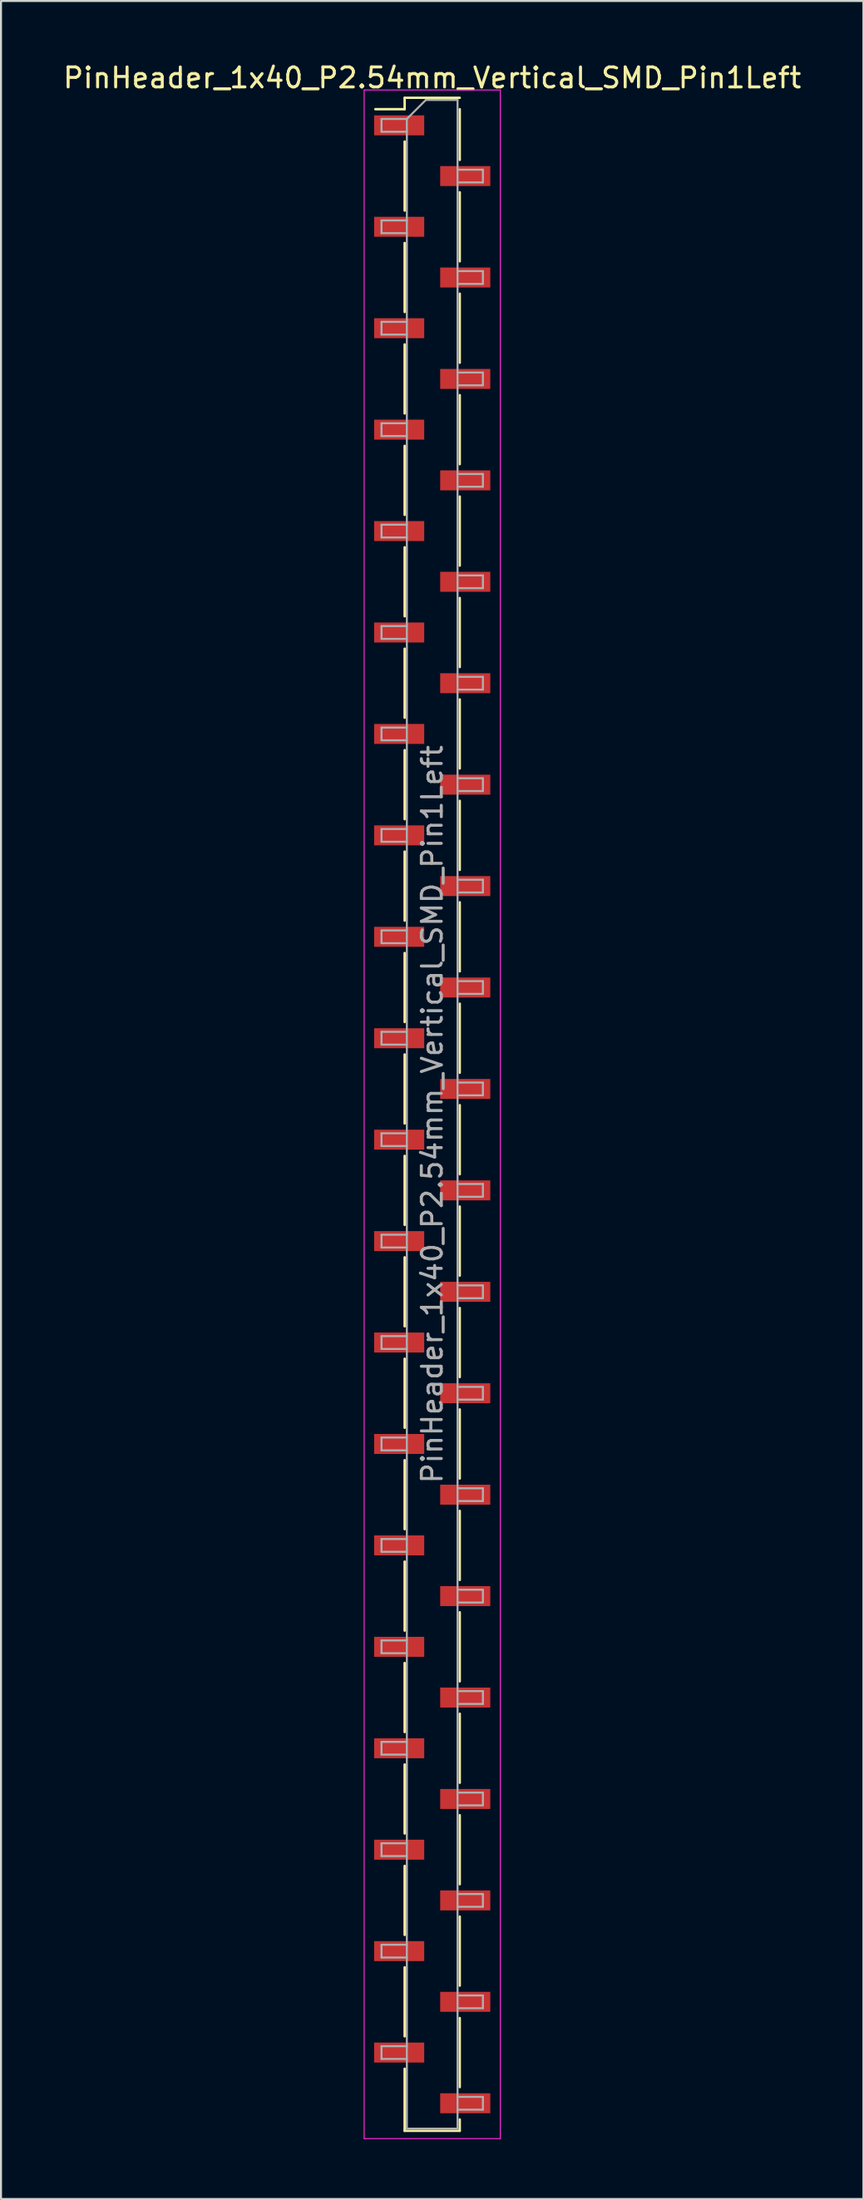
<source format=kicad_pcb>
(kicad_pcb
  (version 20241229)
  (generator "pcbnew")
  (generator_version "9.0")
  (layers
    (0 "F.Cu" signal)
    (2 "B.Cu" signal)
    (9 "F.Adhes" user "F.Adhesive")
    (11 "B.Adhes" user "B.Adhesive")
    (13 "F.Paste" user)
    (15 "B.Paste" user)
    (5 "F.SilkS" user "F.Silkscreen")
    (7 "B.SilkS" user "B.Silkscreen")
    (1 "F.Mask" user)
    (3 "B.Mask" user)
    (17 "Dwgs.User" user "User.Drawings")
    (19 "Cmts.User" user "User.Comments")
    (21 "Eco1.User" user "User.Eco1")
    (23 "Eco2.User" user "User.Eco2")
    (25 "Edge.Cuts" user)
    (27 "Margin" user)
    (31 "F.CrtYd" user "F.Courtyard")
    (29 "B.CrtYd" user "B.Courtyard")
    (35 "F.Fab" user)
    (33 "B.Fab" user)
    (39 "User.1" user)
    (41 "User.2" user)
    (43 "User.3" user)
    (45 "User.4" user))
  (footprint "PinHeader_1x40_P2.54mm_Vertical_SMD_Pin1Left"
    (layer "F.Cu")
    (at 18.601 52.758)
    (property "Reference" "PinHeader_1x40_P2.54mm_Vertical_SMD_Pin1Left" (at 0 -51.91 0) (layer "F.SilkS") (effects (font (size 1 1) (thickness 0.15))))
    (attr smd)
    (fp_line (start -1.38 -50.91) (end -1.38 -50.34) (stroke (width 0.12) (type solid)) (layer "F.SilkS"))
    (fp_line (start -1.38 -50.91) (end 1.38 -50.91) (stroke (width 0.12) (type solid)) (layer "F.SilkS"))
    (fp_line (start -1.38 -50.34) (end -2.85 -50.34) (stroke (width 0.12) (type solid)) (layer "F.SilkS"))
    (fp_line (start -1.38 -48.72) (end -1.38 -45.26) (stroke (width 0.12) (type solid)) (layer "F.SilkS"))
    (fp_line (start -1.38 -43.64) (end -1.38 -40.18) (stroke (width 0.12) (type solid)) (layer "F.SilkS"))
    (fp_line (start -1.38 -38.56) (end -1.38 -35.1) (stroke (width 0.12) (type solid)) (layer "F.SilkS"))
    (fp_line (start -1.38 -33.48) (end -1.38 -30.02) (stroke (width 0.12) (type solid)) (layer "F.SilkS"))
    (fp_line (start -1.38 -28.4) (end -1.38 -24.94) (stroke (width 0.12) (type solid)) (layer "F.SilkS"))
    (fp_line (start -1.38 -23.32) (end -1.38 -19.86) (stroke (width 0.12) (type solid)) (layer "F.SilkS"))
    (fp_line (start -1.38 -18.24) (end -1.38 -14.78) (stroke (width 0.12) (type solid)) (layer "F.SilkS"))
    (fp_line (start -1.38 -13.16) (end -1.38 -9.7) (stroke (width 0.12) (type solid)) (layer "F.SilkS"))
    (fp_line (start -1.38 -8.08) (end -1.38 -4.62) (stroke (width 0.12) (type solid)) (layer "F.SilkS"))
    (fp_line (start -1.38 -3) (end -1.38 0.46) (stroke (width 0.12) (type solid)) (layer "F.SilkS"))
    (fp_line (start -1.38 2.08) (end -1.38 5.54) (stroke (width 0.12) (type solid)) (layer "F.SilkS"))
    (fp_line (start -1.38 7.16) (end -1.38 10.62) (stroke (width 0.12) (type solid)) (layer "F.SilkS"))
    (fp_line (start -1.38 12.24) (end -1.38 15.7) (stroke (width 0.12) (type solid)) (layer "F.SilkS"))
    (fp_line (start -1.38 17.32) (end -1.38 20.78) (stroke (width 0.12) (type solid)) (layer "F.SilkS"))
    (fp_line (start -1.38 22.4) (end -1.38 25.86) (stroke (width 0.12) (type solid)) (layer "F.SilkS"))
    (fp_line (start -1.38 27.48) (end -1.38 30.94) (stroke (width 0.12) (type solid)) (layer "F.SilkS"))
    (fp_line (start -1.38 32.56) (end -1.38 36.02) (stroke (width 0.12) (type solid)) (layer "F.SilkS"))
    (fp_line (start -1.38 37.64) (end -1.38 41.1) (stroke (width 0.12) (type solid)) (layer "F.SilkS"))
    (fp_line (start -1.38 42.72) (end -1.38 46.18) (stroke (width 0.12) (type solid)) (layer "F.SilkS"))
    (fp_line (start -1.38 47.8) (end -1.38 50.91) (stroke (width 0.12) (type solid)) (layer "F.SilkS"))
    (fp_line (start -1.38 50.91) (end 1.38 50.91) (stroke (width 0.12) (type solid)) (layer "F.SilkS"))
    (fp_line (start 1.38 -50.34) (end 1.38 -47.8) (stroke (width 0.12) (type solid)) (layer "F.SilkS"))
    (fp_line (start 1.38 -46.18) (end 1.38 -42.72) (stroke (width 0.12) (type solid)) (layer "F.SilkS"))
    (fp_line (start 1.38 -41.1) (end 1.38 -37.64) (stroke (width 0.12) (type solid)) (layer "F.SilkS"))
    (fp_line (start 1.38 -36.02) (end 1.38 -32.56) (stroke (width 0.12) (type solid)) (layer "F.SilkS"))
    (fp_line (start 1.38 -30.94) (end 1.38 -27.48) (stroke (width 0.12) (type solid)) (layer "F.SilkS"))
    (fp_line (start 1.38 -25.86) (end 1.38 -22.4) (stroke (width 0.12) (type solid)) (layer "F.SilkS"))
    (fp_line (start 1.38 -20.78) (end 1.38 -17.32) (stroke (width 0.12) (type solid)) (layer "F.SilkS"))
    (fp_line (start 1.38 -15.7) (end 1.38 -12.24) (stroke (width 0.12) (type solid)) (layer "F.SilkS"))
    (fp_line (start 1.38 -10.62) (end 1.38 -7.16) (stroke (width 0.12) (type solid)) (layer "F.SilkS"))
    (fp_line (start 1.38 -5.54) (end 1.38 -2.08) (stroke (width 0.12) (type solid)) (layer "F.SilkS"))
    (fp_line (start 1.38 -0.46) (end 1.38 3) (stroke (width 0.12) (type solid)) (layer "F.SilkS"))
    (fp_line (start 1.38 4.62) (end 1.38 8.08) (stroke (width 0.12) (type solid)) (layer "F.SilkS"))
    (fp_line (start 1.38 9.7) (end 1.38 13.16) (stroke (width 0.12) (type solid)) (layer "F.SilkS"))
    (fp_line (start 1.38 14.78) (end 1.38 18.24) (stroke (width 0.12) (type solid)) (layer "F.SilkS"))
    (fp_line (start 1.38 19.86) (end 1.38 23.32) (stroke (width 0.12) (type solid)) (layer "F.SilkS"))
    (fp_line (start 1.38 24.94) (end 1.38 28.4) (stroke (width 0.12) (type solid)) (layer "F.SilkS"))
    (fp_line (start 1.38 30.02) (end 1.38 33.48) (stroke (width 0.12) (type solid)) (layer "F.SilkS"))
    (fp_line (start 1.38 35.1) (end 1.38 38.56) (stroke (width 0.12) (type solid)) (layer "F.SilkS"))
    (fp_line (start 1.38 40.18) (end 1.38 43.64) (stroke (width 0.12) (type solid)) (layer "F.SilkS"))
    (fp_line (start 1.38 45.26) (end 1.38 48.72) (stroke (width 0.12) (type solid)) (layer "F.SilkS"))
    (fp_line (start 1.38 50.34) (end 1.38 50.91) (stroke (width 0.12) (type solid)) (layer "F.SilkS"))
    (fp_line (start -3.41 -51.3) (end -3.41 51.3) (stroke (width 0.05) (type solid)) (layer "F.CrtYd"))
    (fp_line (start -3.41 51.3) (end 3.41 51.3) (stroke (width 0.05) (type solid)) (layer "F.CrtYd"))
    (fp_line (start 3.41 -51.3) (end -3.41 -51.3) (stroke (width 0.05) (type solid)) (layer "F.CrtYd"))
    (fp_line (start 3.41 51.3) (end 3.41 -51.3) (stroke (width 0.05) (type solid)) (layer "F.CrtYd"))
    (fp_line (start -2.54 -49.85) (end -2.54 -49.21) (stroke (width 0.1) (type solid)) (layer "F.Fab"))
    (fp_line (start -2.54 -49.21) (end -1.27 -49.21) (stroke (width 0.1) (type solid)) (layer "F.Fab"))
    (fp_line (start -2.54 -44.77) (end -2.54 -44.13) (stroke (width 0.1) (type solid)) (layer "F.Fab"))
    (fp_line (start -2.54 -44.13) (end -1.27 -44.13) (stroke (width 0.1) (type solid)) (layer "F.Fab"))
    (fp_line (start -2.54 -39.69) (end -2.54 -39.05) (stroke (width 0.1) (type solid)) (layer "F.Fab"))
    (fp_line (start -2.54 -39.05) (end -1.27 -39.05) (stroke (width 0.1) (type solid)) (layer "F.Fab"))
    (fp_line (start -2.54 -34.61) (end -2.54 -33.97) (stroke (width 0.1) (type solid)) (layer "F.Fab"))
    (fp_line (start -2.54 -33.97) (end -1.27 -33.97) (stroke (width 0.1) (type solid)) (layer "F.Fab"))
    (fp_line (start -2.54 -29.53) (end -2.54 -28.89) (stroke (width 0.1) (type solid)) (layer "F.Fab"))
    (fp_line (start -2.54 -28.89) (end -1.27 -28.89) (stroke (width 0.1) (type solid)) (layer "F.Fab"))
    (fp_line (start -2.54 -24.45) (end -2.54 -23.81) (stroke (width 0.1) (type solid)) (layer "F.Fab"))
    (fp_line (start -2.54 -23.81) (end -1.27 -23.81) (stroke (width 0.1) (type solid)) (layer "F.Fab"))
    (fp_line (start -2.54 -19.37) (end -2.54 -18.73) (stroke (width 0.1) (type solid)) (layer "F.Fab"))
    (fp_line (start -2.54 -18.73) (end -1.27 -18.73) (stroke (width 0.1) (type solid)) (layer "F.Fab"))
    (fp_line (start -2.54 -14.29) (end -2.54 -13.65) (stroke (width 0.1) (type solid)) (layer "F.Fab"))
    (fp_line (start -2.54 -13.65) (end -1.27 -13.65) (stroke (width 0.1) (type solid)) (layer "F.Fab"))
    (fp_line (start -2.54 -9.21) (end -2.54 -8.57) (stroke (width 0.1) (type solid)) (layer "F.Fab"))
    (fp_line (start -2.54 -8.57) (end -1.27 -8.57) (stroke (width 0.1) (type solid)) (layer "F.Fab"))
    (fp_line (start -2.54 -4.13) (end -2.54 -3.49) (stroke (width 0.1) (type solid)) (layer "F.Fab"))
    (fp_line (start -2.54 -3.49) (end -1.27 -3.49) (stroke (width 0.1) (type solid)) (layer "F.Fab"))
    (fp_line (start -2.54 0.95) (end -2.54 1.59) (stroke (width 0.1) (type solid)) (layer "F.Fab"))
    (fp_line (start -2.54 1.59) (end -1.27 1.59) (stroke (width 0.1) (type solid)) (layer "F.Fab"))
    (fp_line (start -2.54 6.03) (end -2.54 6.67) (stroke (width 0.1) (type solid)) (layer "F.Fab"))
    (fp_line (start -2.54 6.67) (end -1.27 6.67) (stroke (width 0.1) (type solid)) (layer "F.Fab"))
    (fp_line (start -2.54 11.11) (end -2.54 11.75) (stroke (width 0.1) (type solid)) (layer "F.Fab"))
    (fp_line (start -2.54 11.75) (end -1.27 11.75) (stroke (width 0.1) (type solid)) (layer "F.Fab"))
    (fp_line (start -2.54 16.19) (end -2.54 16.83) (stroke (width 0.1) (type solid)) (layer "F.Fab"))
    (fp_line (start -2.54 16.83) (end -1.27 16.83) (stroke (width 0.1) (type solid)) (layer "F.Fab"))
    (fp_line (start -2.54 21.27) (end -2.54 21.91) (stroke (width 0.1) (type solid)) (layer "F.Fab"))
    (fp_line (start -2.54 21.91) (end -1.27 21.91) (stroke (width 0.1) (type solid)) (layer "F.Fab"))
    (fp_line (start -2.54 26.35) (end -2.54 26.99) (stroke (width 0.1) (type solid)) (layer "F.Fab"))
    (fp_line (start -2.54 26.99) (end -1.27 26.99) (stroke (width 0.1) (type solid)) (layer "F.Fab"))
    (fp_line (start -2.54 31.43) (end -2.54 32.07) (stroke (width 0.1) (type solid)) (layer "F.Fab"))
    (fp_line (start -2.54 32.07) (end -1.27 32.07) (stroke (width 0.1) (type solid)) (layer "F.Fab"))
    (fp_line (start -2.54 36.51) (end -2.54 37.15) (stroke (width 0.1) (type solid)) (layer "F.Fab"))
    (fp_line (start -2.54 37.15) (end -1.27 37.15) (stroke (width 0.1) (type solid)) (layer "F.Fab"))
    (fp_line (start -2.54 41.59) (end -2.54 42.23) (stroke (width 0.1) (type solid)) (layer "F.Fab"))
    (fp_line (start -2.54 42.23) (end -1.27 42.23) (stroke (width 0.1) (type solid)) (layer "F.Fab"))
    (fp_line (start -2.54 46.67) (end -2.54 47.31) (stroke (width 0.1) (type solid)) (layer "F.Fab"))
    (fp_line (start -2.54 47.31) (end -1.27 47.31) (stroke (width 0.1) (type solid)) (layer "F.Fab"))
    (fp_line (start -1.27 -49.85) (end -2.54 -49.85) (stroke (width 0.1) (type solid)) (layer "F.Fab"))
    (fp_line (start -1.27 -49.85) (end -0.32 -50.8) (stroke (width 0.1) (type solid)) (layer "F.Fab"))
    (fp_line (start -1.27 -44.77) (end -2.54 -44.77) (stroke (width 0.1) (type solid)) (layer "F.Fab"))
    (fp_line (start -1.27 -39.69) (end -2.54 -39.69) (stroke (width 0.1) (type solid)) (layer "F.Fab"))
    (fp_line (start -1.27 -34.61) (end -2.54 -34.61) (stroke (width 0.1) (type solid)) (layer "F.Fab"))
    (fp_line (start -1.27 -29.53) (end -2.54 -29.53) (stroke (width 0.1) (type solid)) (layer "F.Fab"))
    (fp_line (start -1.27 -24.45) (end -2.54 -24.45) (stroke (width 0.1) (type solid)) (layer "F.Fab"))
    (fp_line (start -1.27 -19.37) (end -2.54 -19.37) (stroke (width 0.1) (type solid)) (layer "F.Fab"))
    (fp_line (start -1.27 -14.29) (end -2.54 -14.29) (stroke (width 0.1) (type solid)) (layer "F.Fab"))
    (fp_line (start -1.27 -9.21) (end -2.54 -9.21) (stroke (width 0.1) (type solid)) (layer "F.Fab"))
    (fp_line (start -1.27 -4.13) (end -2.54 -4.13) (stroke (width 0.1) (type solid)) (layer "F.Fab"))
    (fp_line (start -1.27 0.95) (end -2.54 0.95) (stroke (width 0.1) (type solid)) (layer "F.Fab"))
    (fp_line (start -1.27 6.03) (end -2.54 6.03) (stroke (width 0.1) (type solid)) (layer "F.Fab"))
    (fp_line (start -1.27 11.11) (end -2.54 11.11) (stroke (width 0.1) (type solid)) (layer "F.Fab"))
    (fp_line (start -1.27 16.19) (end -2.54 16.19) (stroke (width 0.1) (type solid)) (layer "F.Fab"))
    (fp_line (start -1.27 21.27) (end -2.54 21.27) (stroke (width 0.1) (type solid)) (layer "F.Fab"))
    (fp_line (start -1.27 26.35) (end -2.54 26.35) (stroke (width 0.1) (type solid)) (layer "F.Fab"))
    (fp_line (start -1.27 31.43) (end -2.54 31.43) (stroke (width 0.1) (type solid)) (layer "F.Fab"))
    (fp_line (start -1.27 36.51) (end -2.54 36.51) (stroke (width 0.1) (type solid)) (layer "F.Fab"))
    (fp_line (start -1.27 41.59) (end -2.54 41.59) (stroke (width 0.1) (type solid)) (layer "F.Fab"))
    (fp_line (start -1.27 46.67) (end -2.54 46.67) (stroke (width 0.1) (type solid)) (layer "F.Fab"))
    (fp_line (start -1.27 50.8) (end -1.27 -49.85) (stroke (width 0.1) (type solid)) (layer "F.Fab"))
    (fp_line (start -0.32 -50.8) (end 1.27 -50.8) (stroke (width 0.1) (type solid)) (layer "F.Fab"))
    (fp_line (start 1.27 -50.8) (end 1.27 50.8) (stroke (width 0.1) (type solid)) (layer "F.Fab"))
    (fp_line (start 1.27 -47.31) (end 2.54 -47.31) (stroke (width 0.1) (type solid)) (layer "F.Fab"))
    (fp_line (start 1.27 -42.23) (end 2.54 -42.23) (stroke (width 0.1) (type solid)) (layer "F.Fab"))
    (fp_line (start 1.27 -37.15) (end 2.54 -37.15) (stroke (width 0.1) (type solid)) (layer "F.Fab"))
    (fp_line (start 1.27 -32.07) (end 2.54 -32.07) (stroke (width 0.1) (type solid)) (layer "F.Fab"))
    (fp_line (start 1.27 -26.99) (end 2.54 -26.99) (stroke (width 0.1) (type solid)) (layer "F.Fab"))
    (fp_line (start 1.27 -21.91) (end 2.54 -21.91) (stroke (width 0.1) (type solid)) (layer "F.Fab"))
    (fp_line (start 1.27 -16.83) (end 2.54 -16.83) (stroke (width 0.1) (type solid)) (layer "F.Fab"))
    (fp_line (start 1.27 -11.75) (end 2.54 -11.75) (stroke (width 0.1) (type solid)) (layer "F.Fab"))
    (fp_line (start 1.27 -6.67) (end 2.54 -6.67) (stroke (width 0.1) (type solid)) (layer "F.Fab"))
    (fp_line (start 1.27 -1.59) (end 2.54 -1.59) (stroke (width 0.1) (type solid)) (layer "F.Fab"))
    (fp_line (start 1.27 3.49) (end 2.54 3.49) (stroke (width 0.1) (type solid)) (layer "F.Fab"))
    (fp_line (start 1.27 8.57) (end 2.54 8.57) (stroke (width 0.1) (type solid)) (layer "F.Fab"))
    (fp_line (start 1.27 13.65) (end 2.54 13.65) (stroke (width 0.1) (type solid)) (layer "F.Fab"))
    (fp_line (start 1.27 18.73) (end 2.54 18.73) (stroke (width 0.1) (type solid)) (layer "F.Fab"))
    (fp_line (start 1.27 23.81) (end 2.54 23.81) (stroke (width 0.1) (type solid)) (layer "F.Fab"))
    (fp_line (start 1.27 28.89) (end 2.54 28.89) (stroke (width 0.1) (type solid)) (layer "F.Fab"))
    (fp_line (start 1.27 33.97) (end 2.54 33.97) (stroke (width 0.1) (type solid)) (layer "F.Fab"))
    (fp_line (start 1.27 39.05) (end 2.54 39.05) (stroke (width 0.1) (type solid)) (layer "F.Fab"))
    (fp_line (start 1.27 44.13) (end 2.54 44.13) (stroke (width 0.1) (type solid)) (layer "F.Fab"))
    (fp_line (start 1.27 49.21) (end 2.54 49.21) (stroke (width 0.1) (type solid)) (layer "F.Fab"))
    (fp_line (start 1.27 50.8) (end -1.27 50.8) (stroke (width 0.1) (type solid)) (layer "F.Fab"))
    (fp_line (start 2.54 -47.31) (end 2.54 -46.67) (stroke (width 0.1) (type solid)) (layer "F.Fab"))
    (fp_line (start 2.54 -46.67) (end 1.27 -46.67) (stroke (width 0.1) (type solid)) (layer "F.Fab"))
    (fp_line (start 2.54 -42.23) (end 2.54 -41.59) (stroke (width 0.1) (type solid)) (layer "F.Fab"))
    (fp_line (start 2.54 -41.59) (end 1.27 -41.59) (stroke (width 0.1) (type solid)) (layer "F.Fab"))
    (fp_line (start 2.54 -37.15) (end 2.54 -36.51) (stroke (width 0.1) (type solid)) (layer "F.Fab"))
    (fp_line (start 2.54 -36.51) (end 1.27 -36.51) (stroke (width 0.1) (type solid)) (layer "F.Fab"))
    (fp_line (start 2.54 -32.07) (end 2.54 -31.43) (stroke (width 0.1) (type solid)) (layer "F.Fab"))
    (fp_line (start 2.54 -31.43) (end 1.27 -31.43) (stroke (width 0.1) (type solid)) (layer "F.Fab"))
    (fp_line (start 2.54 -26.99) (end 2.54 -26.35) (stroke (width 0.1) (type solid)) (layer "F.Fab"))
    (fp_line (start 2.54 -26.35) (end 1.27 -26.35) (stroke (width 0.1) (type solid)) (layer "F.Fab"))
    (fp_line (start 2.54 -21.91) (end 2.54 -21.27) (stroke (width 0.1) (type solid)) (layer "F.Fab"))
    (fp_line (start 2.54 -21.27) (end 1.27 -21.27) (stroke (width 0.1) (type solid)) (layer "F.Fab"))
    (fp_line (start 2.54 -16.83) (end 2.54 -16.19) (stroke (width 0.1) (type solid)) (layer "F.Fab"))
    (fp_line (start 2.54 -16.19) (end 1.27 -16.19) (stroke (width 0.1) (type solid)) (layer "F.Fab"))
    (fp_line (start 2.54 -11.75) (end 2.54 -11.11) (stroke (width 0.1) (type solid)) (layer "F.Fab"))
    (fp_line (start 2.54 -11.11) (end 1.27 -11.11) (stroke (width 0.1) (type solid)) (layer "F.Fab"))
    (fp_line (start 2.54 -6.67) (end 2.54 -6.03) (stroke (width 0.1) (type solid)) (layer "F.Fab"))
    (fp_line (start 2.54 -6.03) (end 1.27 -6.03) (stroke (width 0.1) (type solid)) (layer "F.Fab"))
    (fp_line (start 2.54 -1.59) (end 2.54 -0.95) (stroke (width 0.1) (type solid)) (layer "F.Fab"))
    (fp_line (start 2.54 -0.95) (end 1.27 -0.95) (stroke (width 0.1) (type solid)) (layer "F.Fab"))
    (fp_line (start 2.54 3.49) (end 2.54 4.13) (stroke (width 0.1) (type solid)) (layer "F.Fab"))
    (fp_line (start 2.54 4.13) (end 1.27 4.13) (stroke (width 0.1) (type solid)) (layer "F.Fab"))
    (fp_line (start 2.54 8.57) (end 2.54 9.21) (stroke (width 0.1) (type solid)) (layer "F.Fab"))
    (fp_line (start 2.54 9.21) (end 1.27 9.21) (stroke (width 0.1) (type solid)) (layer "F.Fab"))
    (fp_line (start 2.54 13.65) (end 2.54 14.29) (stroke (width 0.1) (type solid)) (layer "F.Fab"))
    (fp_line (start 2.54 14.29) (end 1.27 14.29) (stroke (width 0.1) (type solid)) (layer "F.Fab"))
    (fp_line (start 2.54 18.73) (end 2.54 19.37) (stroke (width 0.1) (type solid)) (layer "F.Fab"))
    (fp_line (start 2.54 19.37) (end 1.27 19.37) (stroke (width 0.1) (type solid)) (layer "F.Fab"))
    (fp_line (start 2.54 23.81) (end 2.54 24.45) (stroke (width 0.1) (type solid)) (layer "F.Fab"))
    (fp_line (start 2.54 24.45) (end 1.27 24.45) (stroke (width 0.1) (type solid)) (layer "F.Fab"))
    (fp_line (start 2.54 28.89) (end 2.54 29.53) (stroke (width 0.1) (type solid)) (layer "F.Fab"))
    (fp_line (start 2.54 29.53) (end 1.27 29.53) (stroke (width 0.1) (type solid)) (layer "F.Fab"))
    (fp_line (start 2.54 33.97) (end 2.54 34.61) (stroke (width 0.1) (type solid)) (layer "F.Fab"))
    (fp_line (start 2.54 34.61) (end 1.27 34.61) (stroke (width 0.1) (type solid)) (layer "F.Fab"))
    (fp_line (start 2.54 39.05) (end 2.54 39.69) (stroke (width 0.1) (type solid)) (layer "F.Fab"))
    (fp_line (start 2.54 39.69) (end 1.27 39.69) (stroke (width 0.1) (type solid)) (layer "F.Fab"))
    (fp_line (start 2.54 44.13) (end 2.54 44.77) (stroke (width 0.1) (type solid)) (layer "F.Fab"))
    (fp_line (start 2.54 44.77) (end 1.27 44.77) (stroke (width 0.1) (type solid)) (layer "F.Fab"))
    (fp_line (start 2.54 49.21) (end 2.54 49.85) (stroke (width 0.1) (type solid)) (layer "F.Fab"))
    (fp_line (start 2.54 49.85) (end 1.27 49.85) (stroke (width 0.1) (type solid)) (layer "F.Fab"))
    (fp_text user "${REFERENCE}" (at 0 0 90) (layer "F.Fab") (effects (font (size 1 1) (thickness 0.15))))
    (pad "1" smd rect (at -1.655 -49.53) (size 2.51 1) (layers "F.Cu" "F.Mask" "F.Paste"))
    (pad "2" smd rect (at 1.655 -46.99) (size 2.51 1) (layers "F.Cu" "F.Mask" "F.Paste"))
    (pad "3" smd rect (at -1.655 -44.45) (size 2.51 1) (layers "F.Cu" "F.Mask" "F.Paste"))
    (pad "4" smd rect (at 1.655 -41.91) (size 2.51 1) (layers "F.Cu" "F.Mask" "F.Paste"))
    (pad "5" smd rect (at -1.655 -39.37) (size 2.51 1) (layers "F.Cu" "F.Mask" "F.Paste"))
    (pad "6" smd rect (at 1.655 -36.83) (size 2.51 1) (layers "F.Cu" "F.Mask" "F.Paste"))
    (pad "7" smd rect (at -1.655 -34.29) (size 2.51 1) (layers "F.Cu" "F.Mask" "F.Paste"))
    (pad "8" smd rect (at 1.655 -31.75) (size 2.51 1) (layers "F.Cu" "F.Mask" "F.Paste"))
    (pad "9" smd rect (at -1.655 -29.21) (size 2.51 1) (layers "F.Cu" "F.Mask" "F.Paste"))
    (pad "10" smd rect (at 1.655 -26.67) (size 2.51 1) (layers "F.Cu" "F.Mask" "F.Paste"))
    (pad "11" smd rect (at -1.655 -24.13) (size 2.51 1) (layers "F.Cu" "F.Mask" "F.Paste"))
    (pad "12" smd rect (at 1.655 -21.59) (size 2.51 1) (layers "F.Cu" "F.Mask" "F.Paste"))
    (pad "13" smd rect (at -1.655 -19.05) (size 2.51 1) (layers "F.Cu" "F.Mask" "F.Paste"))
    (pad "14" smd rect (at 1.655 -16.51) (size 2.51 1) (layers "F.Cu" "F.Mask" "F.Paste"))
    (pad "15" smd rect (at -1.655 -13.97) (size 2.51 1) (layers "F.Cu" "F.Mask" "F.Paste"))
    (pad "16" smd rect (at 1.655 -11.43) (size 2.51 1) (layers "F.Cu" "F.Mask" "F.Paste"))
    (pad "17" smd rect (at -1.655 -8.89) (size 2.51 1) (layers "F.Cu" "F.Mask" "F.Paste"))
    (pad "18" smd rect (at 1.655 -6.35) (size 2.51 1) (layers "F.Cu" "F.Mask" "F.Paste"))
    (pad "19" smd rect (at -1.655 -3.81) (size 2.51 1) (layers "F.Cu" "F.Mask" "F.Paste"))
    (pad "20" smd rect (at 1.655 -1.27) (size 2.51 1) (layers "F.Cu" "F.Mask" "F.Paste"))
    (pad "21" smd rect (at -1.655 1.27) (size 2.51 1) (layers "F.Cu" "F.Mask" "F.Paste"))
    (pad "22" smd rect (at 1.655 3.81) (size 2.51 1) (layers "F.Cu" "F.Mask" "F.Paste"))
    (pad "23" smd rect (at -1.655 6.35) (size 2.51 1) (layers "F.Cu" "F.Mask" "F.Paste"))
    (pad "24" smd rect (at 1.655 8.89) (size 2.51 1) (layers "F.Cu" "F.Mask" "F.Paste"))
    (pad "25" smd rect (at -1.655 11.43) (size 2.51 1) (layers "F.Cu" "F.Mask" "F.Paste"))
    (pad "26" smd rect (at 1.655 13.97) (size 2.51 1) (layers "F.Cu" "F.Mask" "F.Paste"))
    (pad "27" smd rect (at -1.655 16.51) (size 2.51 1) (layers "F.Cu" "F.Mask" "F.Paste"))
    (pad "28" smd rect (at 1.655 19.05) (size 2.51 1) (layers "F.Cu" "F.Mask" "F.Paste"))
    (pad "29" smd rect (at -1.655 21.59) (size 2.51 1) (layers "F.Cu" "F.Mask" "F.Paste"))
    (pad "30" smd rect (at 1.655 24.13) (size 2.51 1) (layers "F.Cu" "F.Mask" "F.Paste"))
    (pad "31" smd rect (at -1.655 26.67) (size 2.51 1) (layers "F.Cu" "F.Mask" "F.Paste"))
    (pad "32" smd rect (at 1.655 29.21) (size 2.51 1) (layers "F.Cu" "F.Mask" "F.Paste"))
    (pad "33" smd rect (at -1.655 31.75) (size 2.51 1) (layers "F.Cu" "F.Mask" "F.Paste"))
    (pad "34" smd rect (at 1.655 34.29) (size 2.51 1) (layers "F.Cu" "F.Mask" "F.Paste"))
    (pad "35" smd rect (at -1.655 36.83) (size 2.51 1) (layers "F.Cu" "F.Mask" "F.Paste"))
    (pad "36" smd rect (at 1.655 39.37) (size 2.51 1) (layers "F.Cu" "F.Mask" "F.Paste"))
    (pad "37" smd rect (at -1.655 41.91) (size 2.51 1) (layers "F.Cu" "F.Mask" "F.Paste"))
    (pad "38" smd rect (at 1.655 44.45) (size 2.51 1) (layers "F.Cu" "F.Mask" "F.Paste"))
    (pad "39" smd rect (at -1.655 46.99) (size 2.51 1) (layers "F.Cu" "F.Mask" "F.Paste"))
    (pad "40" smd rect (at 1.655 49.53) (size 2.51 1) (layers "F.Cu" "F.Mask" "F.Paste")))
  (gr_rect
    (start -3 -3)
    (end 40.202 107.083)
    (stroke (width 0.1) (type default))
    (fill no)
    (layer "Edge.Cuts")))
</source>
